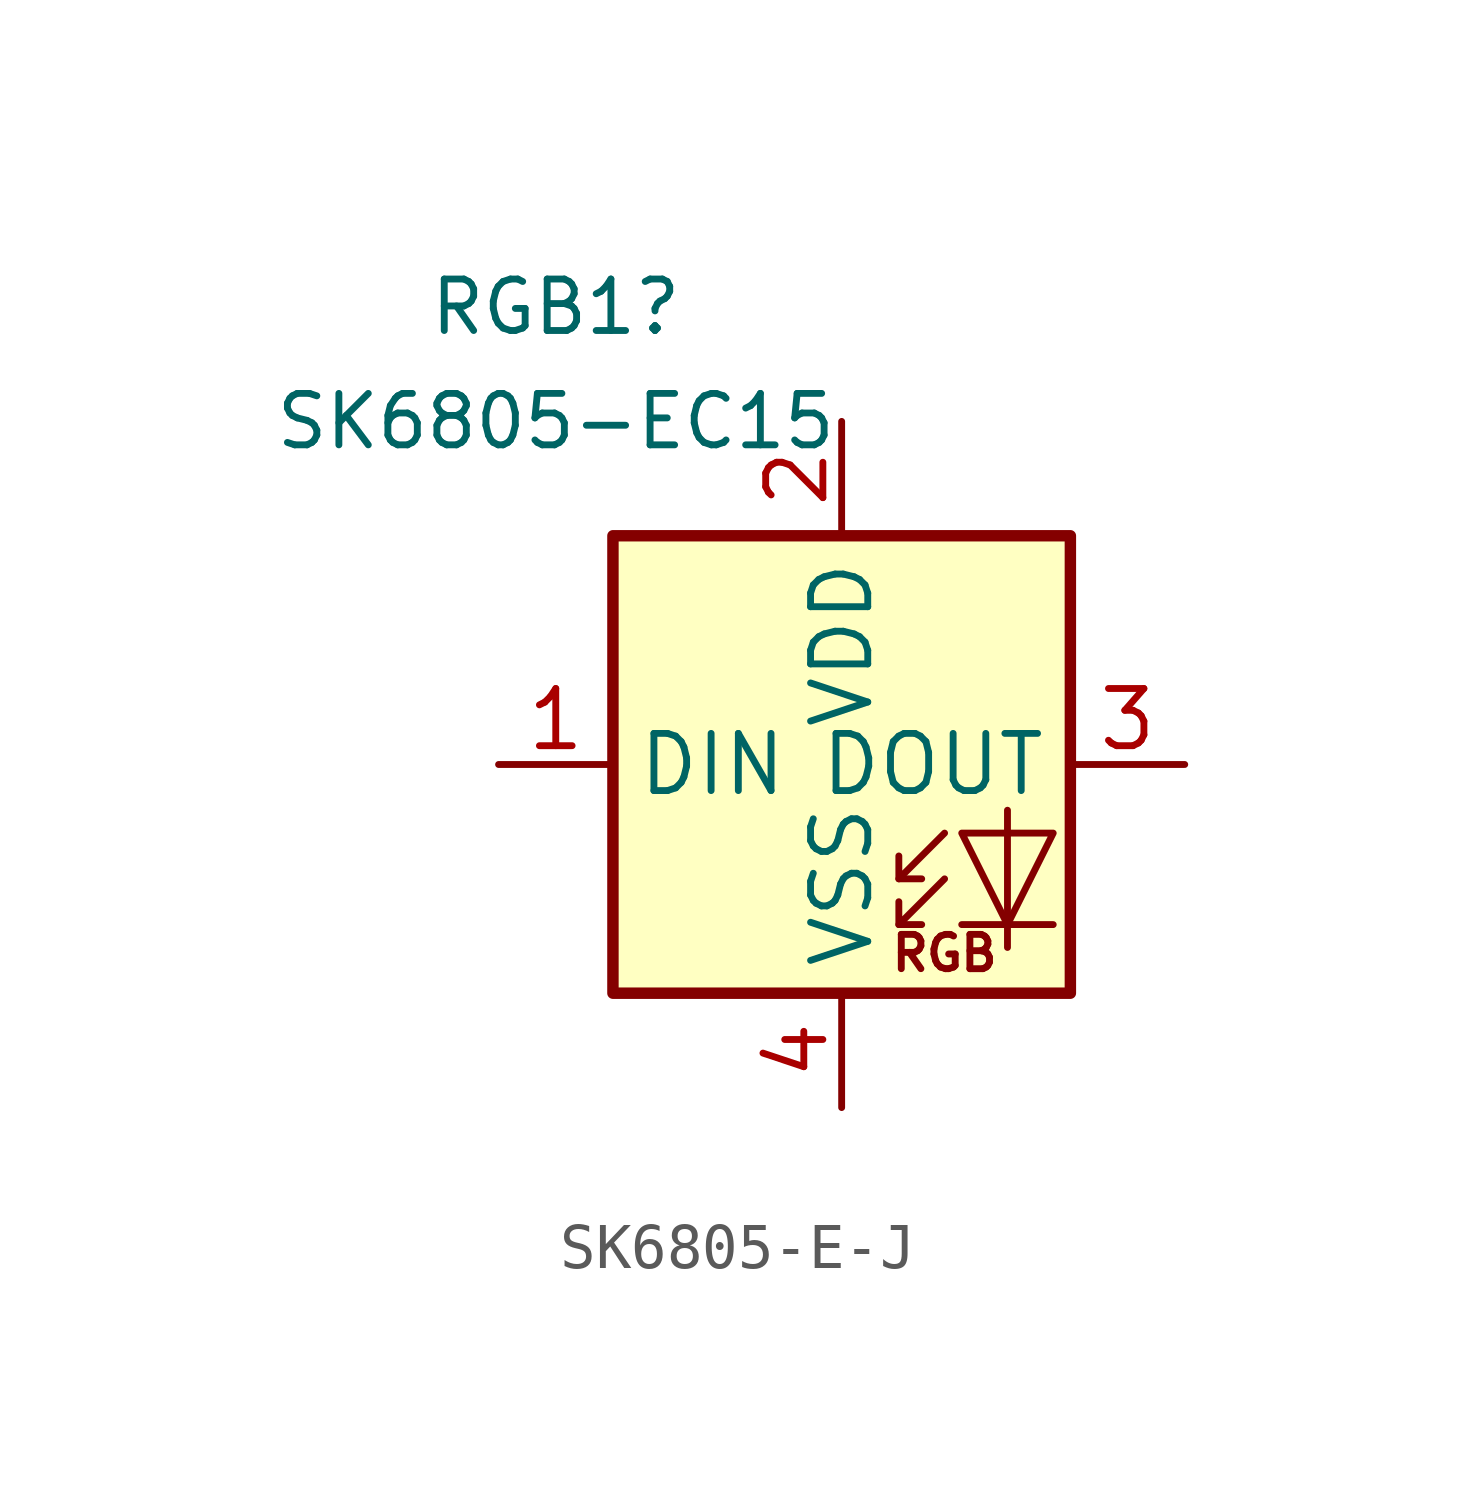
<source format=kicad_sym>
(kicad_symbol_lib
  (version 20231120)
  (generator "kicad_symbol_editor")
  (generator_version "8.0")
  (symbol "SK6805-E-J"
    (property "Reference" "RGB1"
      (at -6.35 10.16 0)
      (effects (font (size 1.143 1.143))))
    (property "Value" "SK6805-EC15"
      (at -6.35 7.62 0)
      (effects (font (size 1.143 1.143))))
    (symbol "SK6805-E-J_0_0"
      (text "RGB" (at 2.286 -4.191 0) (effects (font (size 0.762 0.762)))))
    (symbol "SK6805-E-J_0_1"
      (polyline (pts (xy 1.27 -3.556) (xy 1.778 -3.556)) (stroke (width 0) (type default)) (fill (type none)))
      (polyline (pts (xy 1.27 -2.54) (xy 1.778 -2.54)) (stroke (width 0) (type default)) (fill (type none)))
      (polyline (pts (xy 4.699 -3.556) (xy 2.667 -3.556)) (stroke (width 0) (type default)) (fill (type none)))
      (polyline (pts (xy 2.286 -2.54) (xy 1.27 -3.556) (xy 1.27 -3.048)) (stroke (width 0) (type default)) (fill (type none)))
      (polyline (pts (xy 2.286 -1.524) (xy 1.27 -2.54) (xy 1.27 -2.032)) (stroke (width 0) (type default)) (fill (type none)))
      (polyline (pts (xy 3.683 -1.016) (xy 3.683 -3.556) (xy 3.683 -4.064)) (stroke (width 0) (type default)) (fill (type none)))
      (polyline (pts (xy 4.699 -1.524) (xy 2.667 -1.524) (xy 3.683 -3.556) (xy 4.699 -1.524)) (stroke (width 0) (type default)) (fill (type none)))
      (rectangle (start 5.08 5.08) (end -5.08 -5.08) (stroke (width 0.254) (type default)) (fill (type background))))
    (symbol "SK6805-E-J_1_1"
      (pin input line (at -7.62 0 0) (length 2.54) (name "DIN" (effects (font (size 1.27 1.27)))) (number "1" (effects (font (size 1.27 1.27)))))
      (pin power_in line (at 0 7.62 270) (length 2.54) (name "VDD" (effects (font (size 1.27 1.27)))) (number "2" (effects (font (size 1.27 1.27)))))
      (pin output line (at 7.62 0 180) (length 2.54) (name "DOUT" (effects (font (size 1.27 1.27)))) (number "3" (effects (font (size 1.27 1.27)))))
      (pin power_in line (at 0 -7.62 90) (length 2.54) (name "VSS" (effects (font (size 1.27 1.27)))) (number "4" (effects (font (size 1.27 1.27))))))))
</source>
